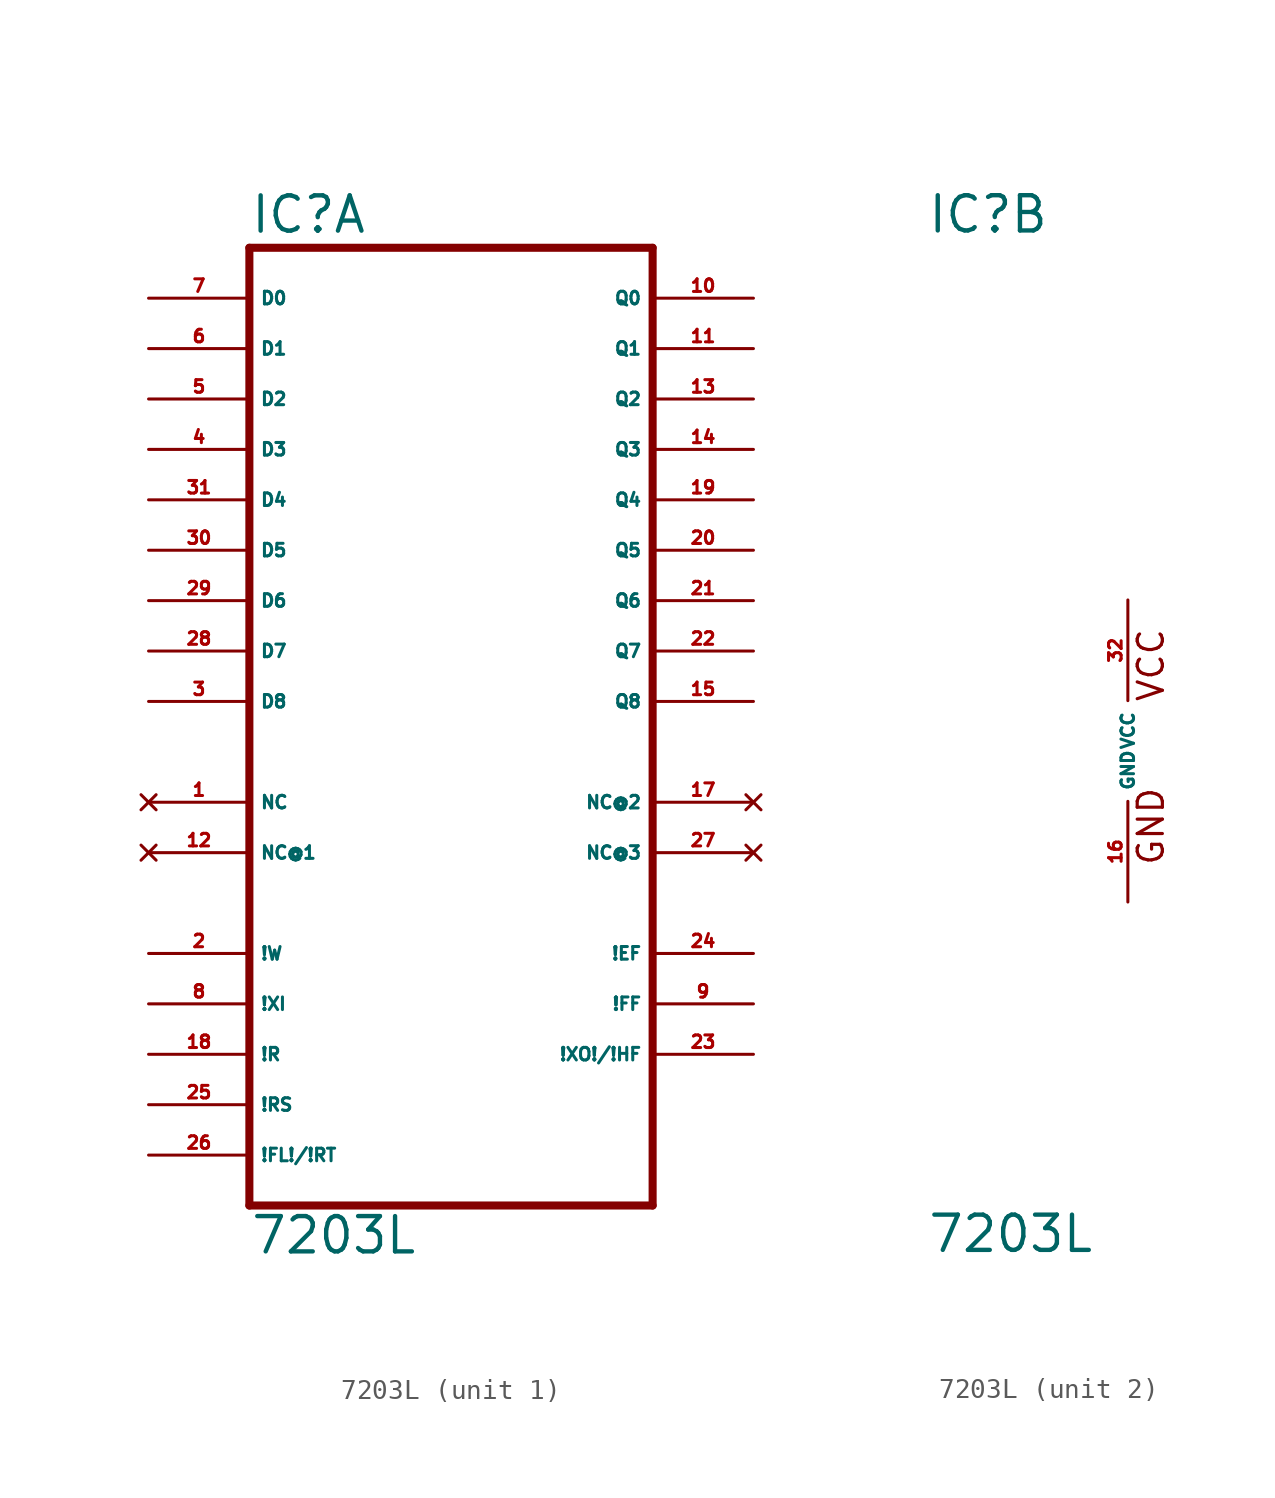
<source format=kicad_sym>
(kicad_symbol_lib
  (version 20220914)
  (generator Eagle2Kicad)
  (symbol "7203L"
    (property "Reference" "IC"
      (at -10.16 26.035 0)
      (effects (font (size 1.778 1.778) (thickness 0.22)) (justify left bottom)))
    (property "Value" "7203L"
      (at -10.16 -25.4 0)
      (effects (font (size 1.778 1.778) (thickness 0.22)) (justify left bottom)))
    (symbol "7203L_1_0"
      (polyline (pts (xy -10.16 -22.86) (xy 10.16 -22.86)) (stroke (width 0.406) (type default)) (fill (type none)))
      (polyline (pts (xy 10.16 -22.86) (xy 10.16 25.4)) (stroke (width 0.406) (type default)) (fill (type none)))
      (polyline (pts (xy 10.16 25.4) (xy -10.16 25.4)) (stroke (width 0.406) (type default)) (fill (type none)))
      (polyline (pts (xy -10.16 25.4) (xy -10.16 -22.86)) (stroke (width 0.406) (type default)) (fill (type none)))
      (pin input line (at -15.24 22.86 0) (length 5.08) (name "D0" (effects (font (size 0.635 0.635) (thickness 0.08)) (justify left bottom))) (number "7" (effects (font (size 0.635 0.635) (thickness 0.08)) (justify left bottom))))
      (pin input line (at -15.24 20.32 0) (length 5.08) (name "D1" (effects (font (size 0.635 0.635) (thickness 0.08)) (justify left bottom))) (number "6" (effects (font (size 0.635 0.635) (thickness 0.08)) (justify left bottom))))
      (pin input line (at -15.24 17.78 0) (length 5.08) (name "D2" (effects (font (size 0.635 0.635) (thickness 0.08)) (justify left bottom))) (number "5" (effects (font (size 0.635 0.635) (thickness 0.08)) (justify left bottom))))
      (pin input line (at -15.24 15.24 0) (length 5.08) (name "D3" (effects (font (size 0.635 0.635) (thickness 0.08)) (justify left bottom))) (number "4" (effects (font (size 0.635 0.635) (thickness 0.08)) (justify left bottom))))
      (pin input line (at -15.24 12.7 0) (length 5.08) (name "D4" (effects (font (size 0.635 0.635) (thickness 0.08)) (justify left bottom))) (number "31" (effects (font (size 0.635 0.635) (thickness 0.08)) (justify left bottom))))
      (pin input line (at -15.24 10.16 0) (length 5.08) (name "D5" (effects (font (size 0.635 0.635) (thickness 0.08)) (justify left bottom))) (number "30" (effects (font (size 0.635 0.635) (thickness 0.08)) (justify left bottom))))
      (pin input line (at -15.24 7.62 0) (length 5.08) (name "D6" (effects (font (size 0.635 0.635) (thickness 0.08)) (justify left bottom))) (number "29" (effects (font (size 0.635 0.635) (thickness 0.08)) (justify left bottom))))
      (pin input line (at -15.24 5.08 0) (length 5.08) (name "D7" (effects (font (size 0.635 0.635) (thickness 0.08)) (justify left bottom))) (number "28" (effects (font (size 0.635 0.635) (thickness 0.08)) (justify left bottom))))
      (pin input line (at -15.24 2.54 0) (length 5.08) (name "D8" (effects (font (size 0.635 0.635) (thickness 0.08)) (justify left bottom))) (number "3" (effects (font (size 0.635 0.635) (thickness 0.08)) (justify left bottom))))
      (pin input line (at -15.24 -10.16 0) (length 5.08) (name "!W" (effects (font (size 0.635 0.635) (thickness 0.08)) (justify left bottom))) (number "2" (effects (font (size 0.635 0.635) (thickness 0.08)) (justify left bottom))))
      (pin input line (at -15.24 -12.7 0) (length 5.08) (name "!XI" (effects (font (size 0.635 0.635) (thickness 0.08)) (justify left bottom))) (number "8" (effects (font (size 0.635 0.635) (thickness 0.08)) (justify left bottom))))
      (pin input line (at -15.24 -15.24 0) (length 5.08) (name "!R" (effects (font (size 0.635 0.635) (thickness 0.08)) (justify left bottom))) (number "18" (effects (font (size 0.635 0.635) (thickness 0.08)) (justify left bottom))))
      (pin input line (at -15.24 -17.78 0) (length 5.08) (name "!RS" (effects (font (size 0.635 0.635) (thickness 0.08)) (justify left bottom))) (number "25" (effects (font (size 0.635 0.635) (thickness 0.08)) (justify left bottom))))
      (pin input line (at -15.24 -20.32 0) (length 5.08) (name "!FL!/!RT" (effects (font (size 0.635 0.635) (thickness 0.08)) (justify left bottom))) (number "26" (effects (font (size 0.635 0.635) (thickness 0.08)) (justify left bottom))))
      (pin output line (at 15.24 22.86 180) (length 5.08) (name "Q0" (effects (font (size 0.635 0.635) (thickness 0.08)) (justify left bottom))) (number "10" (effects (font (size 0.635 0.635) (thickness 0.08)) (justify left bottom))))
      (pin output line (at 15.24 20.32 180) (length 5.08) (name "Q1" (effects (font (size 0.635 0.635) (thickness 0.08)) (justify left bottom))) (number "11" (effects (font (size 0.635 0.635) (thickness 0.08)) (justify left bottom))))
      (pin output line (at 15.24 17.78 180) (length 5.08) (name "Q2" (effects (font (size 0.635 0.635) (thickness 0.08)) (justify left bottom))) (number "13" (effects (font (size 0.635 0.635) (thickness 0.08)) (justify left bottom))))
      (pin output line (at 15.24 15.24 180) (length 5.08) (name "Q3" (effects (font (size 0.635 0.635) (thickness 0.08)) (justify left bottom))) (number "14" (effects (font (size 0.635 0.635) (thickness 0.08)) (justify left bottom))))
      (pin output line (at 15.24 12.7 180) (length 5.08) (name "Q4" (effects (font (size 0.635 0.635) (thickness 0.08)) (justify left bottom))) (number "19" (effects (font (size 0.635 0.635) (thickness 0.08)) (justify left bottom))))
      (pin output line (at 15.24 10.16 180) (length 5.08) (name "Q5" (effects (font (size 0.635 0.635) (thickness 0.08)) (justify left bottom))) (number "20" (effects (font (size 0.635 0.635) (thickness 0.08)) (justify left bottom))))
      (pin output line (at 15.24 7.62 180) (length 5.08) (name "Q6" (effects (font (size 0.635 0.635) (thickness 0.08)) (justify left bottom))) (number "21" (effects (font (size 0.635 0.635) (thickness 0.08)) (justify left bottom))))
      (pin output line (at 15.24 5.08 180) (length 5.08) (name "Q7" (effects (font (size 0.635 0.635) (thickness 0.08)) (justify left bottom))) (number "22" (effects (font (size 0.635 0.635) (thickness 0.08)) (justify left bottom))))
      (pin output line (at 15.24 2.54 180) (length 5.08) (name "Q8" (effects (font (size 0.635 0.635) (thickness 0.08)) (justify left bottom))) (number "15" (effects (font (size 0.635 0.635) (thickness 0.08)) (justify left bottom))))
      (pin output line (at 15.24 -10.16 180) (length 5.08) (name "!EF" (effects (font (size 0.635 0.635) (thickness 0.08)) (justify left bottom))) (number "24" (effects (font (size 0.635 0.635) (thickness 0.08)) (justify left bottom))))
      (pin output line (at 15.24 -12.7 180) (length 5.08) (name "!FF" (effects (font (size 0.635 0.635) (thickness 0.08)) (justify left bottom))) (number "9" (effects (font (size 0.635 0.635) (thickness 0.08)) (justify left bottom))))
      (pin output line (at 15.24 -15.24 180) (length 5.08) (name "!XO!/!HF" (effects (font (size 0.635 0.635) (thickness 0.08)) (justify left bottom))) (number "23" (effects (font (size 0.635 0.635) (thickness 0.08)) (justify left bottom))))
      (pin no_connect line (at -15.24 -2.54 0) (length 5.08) (name "NC" (effects (font (size 0.635 0.635) (thickness 0.08)) (justify left bottom) hide)) (number "1" (effects (font (size 0.635 0.635) (thickness 0.08)) (justify left bottom) hide)))
      (pin no_connect line (at -15.24 -5.08 0) (length 5.08) (name "NC@1" (effects (font (size 0.635 0.635) (thickness 0.08)) (justify left bottom) hide)) (number "12" (effects (font (size 0.635 0.635) (thickness 0.08)) (justify left bottom) hide)))
      (pin no_connect line (at 15.24 -2.54 180) (length 5.08) (name "NC@2" (effects (font (size 0.635 0.635) (thickness 0.08)) (justify left bottom) hide)) (number "17" (effects (font (size 0.635 0.635) (thickness 0.08)) (justify left bottom) hide)))
      (pin no_connect line (at 15.24 -5.08 180) (length 5.08) (name "NC@3" (effects (font (size 0.635 0.635) (thickness 0.08)) (justify left bottom) hide)) (number "27" (effects (font (size 0.635 0.635) (thickness 0.08)) (justify left bottom) hide))))
    (symbol "7203L_2_0"
      (text "GND" (at 1.905 -5.842 900) (effects (font (size 1.27 1.27) (thickness 0.16)) (justify left bottom)))
      (text "VCC" (at 1.905 2.413 900) (effects (font (size 1.27 1.27) (thickness 0.16)) (justify left bottom)))
      (pin unspecified line (at 0 7.62 270) (length 5.08) (name "VCC" (effects (font (size 0.635 0.635) (thickness 0.08)) (justify left bottom))) (number "32" (effects (font (size 0.635 0.635) (thickness 0.08)) (justify left bottom))))
      (pin unspecified line (at 0 -7.62 90) (length 5.08) (name "GND" (effects (font (size 0.635 0.635) (thickness 0.08)) (justify left bottom))) (number "16" (effects (font (size 0.635 0.635) (thickness 0.08)) (justify left bottom)))))))
</source>
